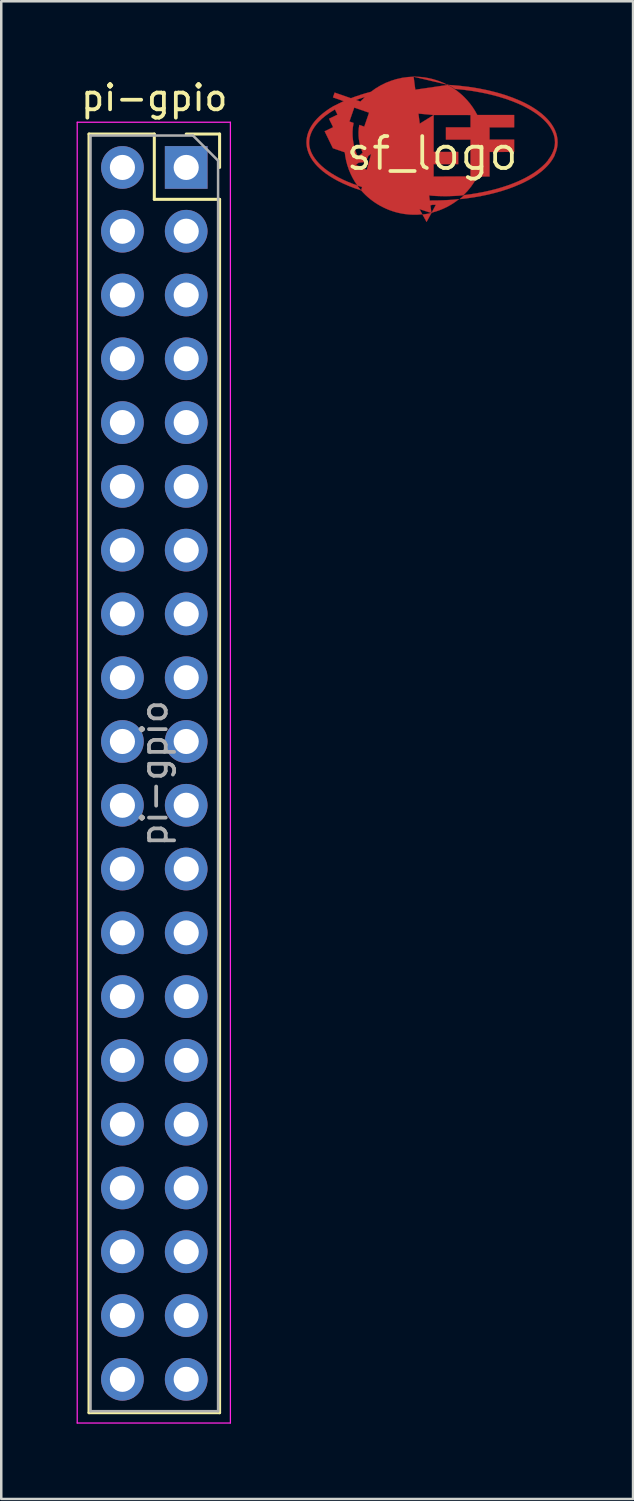
<source format=kicad_pcb>
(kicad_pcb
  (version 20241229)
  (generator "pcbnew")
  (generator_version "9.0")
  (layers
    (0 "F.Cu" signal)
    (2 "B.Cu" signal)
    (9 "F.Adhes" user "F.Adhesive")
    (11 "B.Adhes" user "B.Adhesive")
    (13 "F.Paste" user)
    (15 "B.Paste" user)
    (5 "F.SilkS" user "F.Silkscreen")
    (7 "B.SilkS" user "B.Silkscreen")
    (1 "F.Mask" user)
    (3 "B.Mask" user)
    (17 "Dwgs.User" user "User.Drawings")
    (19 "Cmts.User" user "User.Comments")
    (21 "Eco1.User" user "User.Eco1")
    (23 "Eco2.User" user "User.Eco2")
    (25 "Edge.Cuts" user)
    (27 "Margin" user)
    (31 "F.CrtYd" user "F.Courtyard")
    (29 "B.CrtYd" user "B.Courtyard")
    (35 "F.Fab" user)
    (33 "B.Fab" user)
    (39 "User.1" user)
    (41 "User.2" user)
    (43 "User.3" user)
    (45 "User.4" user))
  (footprint "pi-gpio"
    (layer "F.Cu")
    (at 3.095 27.748)
    (property "Reference" "pi-gpio" (at 0 -26.9 0) (layer "F.SilkS") (effects (font (size 1 1) (thickness 0.15))))
    (attr through_hole)
    (fp_line (start -2.6 -25.46) (end -2.6 25.46) (stroke (width 0.12) (type solid)) (layer "F.SilkS"))
    (fp_line (start -2.6 -25.46) (end 0 -25.46) (stroke (width 0.12) (type solid)) (layer "F.SilkS"))
    (fp_line (start -2.6 25.46) (end 2.6 25.46) (stroke (width 0.12) (type solid)) (layer "F.SilkS"))
    (fp_line (start 0 -25.46) (end 0 -22.86) (stroke (width 0.12) (type solid)) (layer "F.SilkS"))
    (fp_line (start 0 -22.86) (end 2.6 -22.86) (stroke (width 0.12) (type solid)) (layer "F.SilkS"))
    (fp_line (start 1.27 -25.46) (end 2.6 -25.46) (stroke (width 0.12) (type solid)) (layer "F.SilkS"))
    (fp_line (start 2.6 -25.46) (end 2.6 -24.13) (stroke (width 0.12) (type solid)) (layer "F.SilkS"))
    (fp_line (start 2.6 -22.86) (end 2.6 25.46) (stroke (width 0.12) (type solid)) (layer "F.SilkS"))
    (fp_line (start -3.07 -25.93) (end 3.03 -25.93) (stroke (width 0.05) (type solid)) (layer "F.CrtYd"))
    (fp_line (start -3.07 25.87) (end -3.07 -25.93) (stroke (width 0.05) (type solid)) (layer "F.CrtYd"))
    (fp_line (start 3.03 -25.93) (end 3.03 25.87) (stroke (width 0.05) (type solid)) (layer "F.CrtYd"))
    (fp_line (start 3.03 25.87) (end -3.07 25.87) (stroke (width 0.05) (type solid)) (layer "F.CrtYd"))
    (fp_line (start -2.54 -25.4) (end 1.54 -25.4) (stroke (width 0.1) (type solid)) (layer "F.Fab"))
    (fp_line (start -2.54 25.4) (end -2.54 -25.4) (stroke (width 0.1) (type solid)) (layer "F.Fab"))
    (fp_line (start 1.54 -25.4) (end 2.54 -24.4) (stroke (width 0.1) (type solid)) (layer "F.Fab"))
    (fp_line (start 2.54 -24.4) (end 2.54 25.4) (stroke (width 0.1) (type solid)) (layer "F.Fab"))
    (fp_line (start 2.54 25.4) (end -2.54 25.4) (stroke (width 0.1) (type solid)) (layer "F.Fab"))
    (fp_text user "${REFERENCE}" (at 0 0 90) (layer "F.Fab") (effects (font (size 1 1) (thickness 0.15))))
    (pad "1" thru_hole rect (at 1.27 -24.13) (size 1.7 1.7) (drill 1) (layers "*.Cu" "*.Mask"))
    (pad "2" thru_hole oval (at -1.27 -24.13) (size 1.7 1.7) (drill 1) (layers "*.Cu" "*.Mask"))
    (pad "3" thru_hole oval (at 1.27 -21.59) (size 1.7 1.7) (drill 1) (layers "*.Cu" "*.Mask"))
    (pad "4" thru_hole oval (at -1.27 -21.59) (size 1.7 1.7) (drill 1) (layers "*.Cu" "*.Mask"))
    (pad "5" thru_hole oval (at 1.27 -19.05) (size 1.7 1.7) (drill 1) (layers "*.Cu" "*.Mask"))
    (pad "6" thru_hole oval (at -1.27 -19.05) (size 1.7 1.7) (drill 1) (layers "*.Cu" "*.Mask"))
    (pad "7" thru_hole oval (at 1.27 -16.51) (size 1.7 1.7) (drill 1) (layers "*.Cu" "*.Mask"))
    (pad "8" thru_hole oval (at -1.27 -16.51) (size 1.7 1.7) (drill 1) (layers "*.Cu" "*.Mask"))
    (pad "9" thru_hole oval (at 1.27 -13.97) (size 1.7 1.7) (drill 1) (layers "*.Cu" "*.Mask"))
    (pad "10" thru_hole oval (at -1.27 -13.97) (size 1.7 1.7) (drill 1) (layers "*.Cu" "*.Mask"))
    (pad "11" thru_hole oval (at 1.27 -11.43) (size 1.7 1.7) (drill 1) (layers "*.Cu" "*.Mask"))
    (pad "12" thru_hole oval (at -1.27 -11.43) (size 1.7 1.7) (drill 1) (layers "*.Cu" "*.Mask"))
    (pad "13" thru_hole oval (at 1.27 -8.89) (size 1.7 1.7) (drill 1) (layers "*.Cu" "*.Mask"))
    (pad "14" thru_hole oval (at -1.27 -8.89) (size 1.7 1.7) (drill 1) (layers "*.Cu" "*.Mask"))
    (pad "15" thru_hole oval (at 1.27 -6.35) (size 1.7 1.7) (drill 1) (layers "*.Cu" "*.Mask"))
    (pad "16" thru_hole oval (at -1.27 -6.35) (size 1.7 1.7) (drill 1) (layers "*.Cu" "*.Mask"))
    (pad "17" thru_hole oval (at 1.27 -3.81) (size 1.7 1.7) (drill 1) (layers "*.Cu" "*.Mask"))
    (pad "18" thru_hole oval (at -1.27 -3.81) (size 1.7 1.7) (drill 1) (layers "*.Cu" "*.Mask"))
    (pad "19" thru_hole oval (at 1.27 -1.27) (size 1.7 1.7) (drill 1) (layers "*.Cu" "*.Mask"))
    (pad "20" thru_hole oval (at -1.27 -1.27) (size 1.7 1.7) (drill 1) (layers "*.Cu" "*.Mask"))
    (pad "21" thru_hole oval (at 1.27 1.27) (size 1.7 1.7) (drill 1) (layers "*.Cu" "*.Mask"))
    (pad "22" thru_hole oval (at -1.27 1.27) (size 1.7 1.7) (drill 1) (layers "*.Cu" "*.Mask"))
    (pad "23" thru_hole oval (at 1.27 3.81) (size 1.7 1.7) (drill 1) (layers "*.Cu" "*.Mask"))
    (pad "24" thru_hole oval (at -1.27 3.81) (size 1.7 1.7) (drill 1) (layers "*.Cu" "*.Mask"))
    (pad "25" thru_hole oval (at 1.27 6.35) (size 1.7 1.7) (drill 1) (layers "*.Cu" "*.Mask"))
    (pad "26" thru_hole oval (at -1.27 6.35) (size 1.7 1.7) (drill 1) (layers "*.Cu" "*.Mask"))
    (pad "27" thru_hole oval (at 1.27 8.89) (size 1.7 1.7) (drill 1) (layers "*.Cu" "*.Mask"))
    (pad "28" thru_hole oval (at -1.27 8.89) (size 1.7 1.7) (drill 1) (layers "*.Cu" "*.Mask"))
    (pad "29" thru_hole oval (at 1.27 11.43) (size 1.7 1.7) (drill 1) (layers "*.Cu" "*.Mask"))
    (pad "30" thru_hole oval (at -1.27 11.43) (size 1.7 1.7) (drill 1) (layers "*.Cu" "*.Mask"))
    (pad "31" thru_hole oval (at 1.27 13.97) (size 1.7 1.7) (drill 1) (layers "*.Cu" "*.Mask"))
    (pad "32" thru_hole oval (at -1.27 13.97) (size 1.7 1.7) (drill 1) (layers "*.Cu" "*.Mask"))
    (pad "33" thru_hole oval (at 1.27 16.51) (size 1.7 1.7) (drill 1) (layers "*.Cu" "*.Mask"))
    (pad "34" thru_hole oval (at -1.27 16.51) (size 1.7 1.7) (drill 1) (layers "*.Cu" "*.Mask"))
    (pad "35" thru_hole oval (at 1.27 19.05) (size 1.7 1.7) (drill 1) (layers "*.Cu" "*.Mask"))
    (pad "36" thru_hole oval (at -1.27 19.05) (size 1.7 1.7) (drill 1) (layers "*.Cu" "*.Mask"))
    (pad "37" thru_hole oval (at 1.27 21.59) (size 1.7 1.7) (drill 1) (layers "*.Cu" "*.Mask"))
    (pad "38" thru_hole oval (at -1.27 21.59) (size 1.7 1.7) (drill 1) (layers "*.Cu" "*.Mask"))
    (pad "39" thru_hole oval (at 1.27 24.13) (size 1.7 1.7) (drill 1) (layers "*.Cu" "*.Mask"))
    (pad "40" thru_hole oval (at -1.27 24.13) (size 1.7 1.7) (drill 1) (layers "*.Cu" "*.Mask")))
  (footprint "sf_logo"
    (layer "F.Cu")
    (at 14.158 3.059)
    (property "Reference" "sf_logo" (at 0 0 0) (layer "F.SilkS") (effects (font (size 1.27 1.27) (thickness 0.15))))
    (attr through_hole)
    (fp_poly (pts (xy -0.737 -3.054) (xy -0.966 -3.04) (xy -1.194 -3.009) (xy -1.418 -2.959) (xy -1.637 -2.891) (xy -1.851 -2.806) (xy -2.056 -2.704) (xy -2.252 -2.586) (xy -2.438 -2.452) (xy -2.647 -2.395) (xy -2.85 -2.333) (xy -3.045 -2.268) (xy -3.233 -2.198) (xy -3.26 -2.207) (xy -3.881 -2.422) (xy -3.948 -2.23) (xy -3.519 -2.082) (xy -3.933 -1.88) (xy -3.932 -1.879) (xy -4.085 -1.786) (xy -4.226 -1.689) (xy -4.356 -1.589) (xy -4.475 -1.487) (xy -4.578 -1.385) (xy -4.67 -1.282) (xy -4.752 -1.176) (xy -4.822 -1.067) (xy -4.881 -0.957) (xy -4.929 -0.845) (xy -4.965 -0.731) (xy -4.989 -0.616) (xy -4.999 -0.528) (xy -5.003 -0.44) (xy -5.003 -0.436) (xy -5.003 -0.431) (xy -4.997 -0.337) (xy -4.985 -0.244) (xy -4.964 -0.151) (xy -4.935 -0.059) (xy -4.899 0.032) (xy -4.856 0.122) (xy -4.805 0.211) (xy -4.746 0.299) (xy -4.663 0.406) (xy -4.568 0.511) (xy -4.462 0.613) (xy -4.345 0.714) (xy -4.216 0.812) (xy -4.075 0.907) (xy -3.923 1) (xy -3.759 1.091) (xy -3.542 1.197) (xy -3.314 1.297) (xy -3.075 1.388) (xy -2.827 1.472) (xy -2.905 1.376) (xy -2.979 1.277) (xy -3.175 1.206) (xy -3.365 1.129) (xy -3.547 1.048) (xy -3.721 0.962) (xy -3.881 0.873) (xy -4.029 0.783) (xy -4.166 0.69) (xy -4.29 0.595) (xy -4.403 0.499) (xy -4.504 0.401) (xy -4.593 0.302) (xy -4.67 0.203) (xy -4.724 0.123) (xy -4.77 0.044) (xy -4.809 -0.035) (xy -4.841 -0.114) (xy -4.865 -0.193) (xy -4.883 -0.272) (xy -4.894 -0.351) (xy -4.898 -0.43) (xy -4.897 -0.43) (xy -4.891 -0.535) (xy -4.873 -0.64) (xy -4.844 -0.744) (xy -4.803 -0.847) (xy -4.751 -0.949) (xy -4.687 -1.05) (xy -4.613 -1.15) (xy -4.527 -1.248) (xy -4.391 -1.381) (xy -4.236 -1.509) (xy -4.062 -1.633) (xy -3.87 -1.752) (xy -3.769 -1.543) (xy -4.105 -1.38) (xy -3.942 -1.044) (xy -4.279 -0.88) (xy -3.952 -0.207) (xy -3.479 -0.044) (xy -3.455 0.133) (xy -3.419 0.308) (xy -3.372 0.48) (xy -3.314 0.649) (xy -3.245 0.814) (xy -3.166 0.974) (xy -3.076 1.129) (xy -2.977 1.278) (xy -2.945 1.289) (xy -2.817 1.33) (xy -2.781 1.342) (xy -2.587 1.399) (xy -2.58 1.401) (xy -2.418 1.444) (xy -2.178 1.501) (xy -1.98 1.543) (xy -1.968 1.545) (xy -1.806 1.576) (xy -1.695 1.595) (xy -1.58 1.613) (xy -1.515 1.624) (xy -1.315 1.651) (xy -1.447 1.598) (xy -1.577 1.537) (xy -1.704 1.47) (xy -1.828 1.397) (xy -1.95 1.317) (xy -2.068 1.231) (xy -2.182 1.14) (xy -2.291 1.043) (xy -2.203 0.96) (xy -2.115 0.876) (xy -2.012 0.965) (xy -1.906 1.049) (xy -1.796 1.128) (xy -1.684 1.201) (xy -1.568 1.268) (xy -1.45 1.329) (xy -1.331 1.383) (xy -1.21 1.43) (xy -1.129 1.459) (xy -1.121 1.461) (xy -1.04 1.488) (xy -1.026 1.492) (xy -0.944 1.517) (xy -0.897 1.53) (xy -0.808 1.554) (xy -0.687 1.582) (xy -0.56 1.609) (xy -0.549 1.611) (xy -0.416 1.635) (xy -0.268 1.657) (xy -0.264 1.657) (xy 0.027 1.687) (xy 0.041 1.688) (xy 0.127 1.693) (xy 0.256 1.699) (xy 0.268 1.699) (xy 0.42 1.703) (xy 0.503 1.704) (xy 0.641 1.703) (xy 0.77 1.698) (xy 0.876 1.694) (xy 1.059 1.684) (xy 1.063 1.684) (xy 1.208 1.669) (xy 1.247 1.664) (xy 1.409 1.496) (xy 1.556 1.315) (xy 1.687 1.123) (xy 1.801 0.92) (xy 2.287 0.92) (xy 2.287 -0.059) (xy 3.266 -0.06) (xy 3.266 -0.55) (xy 2.287 -0.55) (xy 2.287 -1.039) (xy 3.266 -1.039) (xy 3.266 -1.529) (xy 1.799 -1.529) (xy 1.713 -1.685) (xy 1.617 -1.836) (xy 1.511 -1.98) (xy 1.396 -2.117) (xy 1.273 -2.247) (xy 1.142 -2.368) (xy 1.003 -2.481) (xy 0.857 -2.585) (xy 0.76 -2.647) (xy 0.753 -2.65) (xy 0.746 -2.654) (xy 0.63 -2.719) (xy 0.621 -2.725) (xy 0.612 -2.73) (xy 0.611 -2.73) (xy 0.467 -2.8) (xy 0.32 -2.862) (xy 0.17 -2.915) (xy 0.017 -2.96) (xy -0.139 -2.997) (xy -0.296 -3.024) (xy -0.455 -3.043) (xy -0.615 -3.052) (xy -0.737 -3.054) (xy 0.644 -2.728) (xy 0.777 -2.652) (xy 0.907 -2.569) (xy 1.276 -2.532) (xy 1.633 -2.483) (xy 1.979 -2.421) (xy 2.311 -2.349) (xy 2.629 -2.266) (xy 2.931 -2.173) (xy 3.215 -2.071) (xy 3.482 -1.959) (xy 3.644 -1.882) (xy 3.798 -1.802) (xy 3.943 -1.719) (xy 4.079 -1.632) (xy 4.205 -1.543) (xy 4.322 -1.451) (xy 4.429 -1.357) (xy 4.525 -1.261) (xy 4.61 -1.163) (xy 4.685 -1.063) (xy 4.748 -0.963) (xy 4.8 -0.861) (xy 4.841 -0.758) (xy 4.87 -0.654) (xy 4.887 -0.55) (xy 4.893 -0.444) (xy 4.889 -0.357) (xy 4.876 -0.269) (xy 4.855 -0.182) (xy 4.825 -0.094) (xy 4.787 -0.006) (xy 4.74 0.082) (xy 4.685 0.17) (xy 4.621 0.257) (xy 4.626 0.265) (xy 4.514 0.395) (xy 4.382 0.522) (xy 4.233 0.646) (xy 4.065 0.767) (xy 3.88 0.882) (xy 3.678 0.993) (xy 3.46 1.098) (xy 3.225 1.196) (xy 3.003 1.278) (xy 2.774 1.353) (xy 2.539 1.421) (xy 2.297 1.482) (xy 2.049 1.537) (xy 1.797 1.584) (xy 1.54 1.626) (xy 1.28 1.66) (xy 1.191 1.742) (xy 1.099 1.821) (xy 1.387 1.788) (xy 1.671 1.746) (xy 1.951 1.697) (xy 2.225 1.64) (xy 2.494 1.574) (xy 2.755 1.501) (xy 3.009 1.419) (xy 3.254 1.329) (xy 3.554 1.202) (xy 3.828 1.065) (xy 3.956 0.992) (xy 4.077 0.918) (xy 4.191 0.841) (xy 4.299 0.761) (xy 4.399 0.68) (xy 4.492 0.596) (xy 4.578 0.51) (xy 4.656 0.423) (xy 4.727 0.333) (xy 4.79 0.241) (xy 4.845 0.147) (xy 4.892 0.052) (xy 4.886 0.046) (xy 4.934 -0.074) (xy 4.969 -0.195) (xy 4.99 -0.319) (xy 4.997 -0.443) (xy 4.991 -0.568) (xy 4.97 -0.691) (xy 4.937 -0.811) (xy 4.89 -0.929) (xy 4.832 -1.043) (xy 4.762 -1.155) (xy 4.681 -1.263) (xy 4.59 -1.368) (xy 4.488 -1.47) (xy 4.377 -1.569) (xy 4.255 -1.664) (xy 4.125 -1.757) (xy 3.985 -1.846) (xy 3.837 -1.931) (xy 3.68 -2.013) (xy 3.515 -2.091) (xy 3.219 -2.214) (xy 2.902 -2.326) (xy 2.566 -2.426) (xy 2.212 -2.514) (xy 1.841 -2.589) (xy 1.455 -2.65) (xy 1.056 -2.696) (xy 0.644 -2.728) (xy -2.671 -2.246) (xy -2.759 -2.156) (xy -2.842 -2.062) (xy -3.033 -2.128) (xy -2.855 -2.189) (xy -2.671 -2.246) (xy -3.101 -1.826) (xy -2.511 -1.622) (xy -2.702 -1.066) (xy -2.9 -1.134) (xy -2.921 -0.992) (xy -2.931 -0.849) (xy -2.929 -0.708) (xy -2.916 -0.568) (xy -2.893 -0.43) (xy -2.86 -0.293) (xy -2.817 -0.158) (xy -2.765 -0.025) (xy -2.961 0.129) (xy -3.026 -0.028) (xy -3.08 -0.19) (xy -3.122 -0.355) (xy -3.151 -0.523) (xy -3.167 -0.694) (xy -3.169 -0.866) (xy -3.156 -1.039) (xy -3.128 -1.213) (xy -3.294 -1.27) (xy -3.101 -1.826) (xy 0.061 -1.529) (xy 1.53 -1.528) (xy 1.53 -1.039) (xy 0.55 -1.039) (xy 0.55 -0.55) (xy 1.53 -0.549) (xy 1.53 0.919) (xy 0.06 0.92) (xy 0.06 0.431) (xy 1.04 0.431) (xy 1.04 -0.059) (xy 0.06 -0.06) (xy 0.061 -1.529) (xy -2.426 0.018) (xy -2.335 0.787) (xy -3.037 0.449) (xy -2.922 0.368) (xy -2.653 0.344) (xy -2.54 0.098) (xy -2.426 0.018) (xy -2.826 1.472) (xy -2.742 1.564) (xy -2.655 1.652) (xy -2.563 1.736) (xy -2.468 1.816) (xy -2.37 1.891) (xy -2.268 1.963) (xy -2.163 2.029) (xy -2.055 2.092) (xy -1.944 2.149) (xy -1.832 2.202) (xy -1.716 2.25) (xy -1.599 2.292) (xy -1.48 2.33) (xy -1.36 2.362) (xy -1.238 2.388) (xy -1.115 2.41) (xy -0.919 2.432) (xy -0.84 2.437) (xy -0.721 2.441) (xy -0.602 2.44) (xy -0.598 2.44) (xy -0.594 2.44) (xy -0.389 2.424) (xy -0.6 2.047) (xy -0.459 2.047) (xy -0.225 2.115) (xy 0.008 2.047) (xy 0.149 2.047) (xy -0.022 2.363) (xy 0.027 2.35) (xy 0.027 2.348) (xy 0.168 2.306) (xy 0.306 2.258) (xy 0.442 2.202) (xy 0.574 2.14) (xy 0.703 2.07) (xy 0.828 1.995) (xy 0.949 1.912) (xy 1.065 1.824) (xy 1.036 1.826) (xy 0.842 1.843) (xy 0.737 1.851) (xy 0.61 1.858) (xy 0.491 1.864) (xy 0.369 1.869) (xy 0.255 1.872) (xy 0.233 1.873) (xy 0.027 1.875) (xy 0.018 1.875) (xy -0.103 1.876) (xy -0.223 1.873) (xy -0.354 1.87) (xy -0.644 1.856) (xy -0.932 1.834) (xy -0.934 1.835) (xy -0.978 1.83) (xy -1.177 1.81) (xy -1.191 1.808) (xy -1.401 1.781) (xy -1.451 1.775) (xy -1.61 1.752) (xy -1.713 1.735) (xy -1.832 1.713) (xy -1.951 1.692) (xy -2.035 1.675) (xy -2.176 1.645) (xy -2.259 1.626) (xy -2.408 1.59) (xy -2.493 1.567) (xy -2.716 1.505) (xy -2.748 1.495) (xy -2.826 1.472) (xy -0.028 2.373) (xy -0.204 2.409) (xy -0.384 2.434) (xy -0.22 2.728) (xy -0.028 2.373)) (stroke (width 0.01) (type solid)) (fill yes) (layer "F.Cu")))
  (gr_rect
    (start -3 -3)
    (end 22.16 56.643)
    (stroke (width 0.1) (type default))
    (fill no)
    (layer "Edge.Cuts")))
</source>
